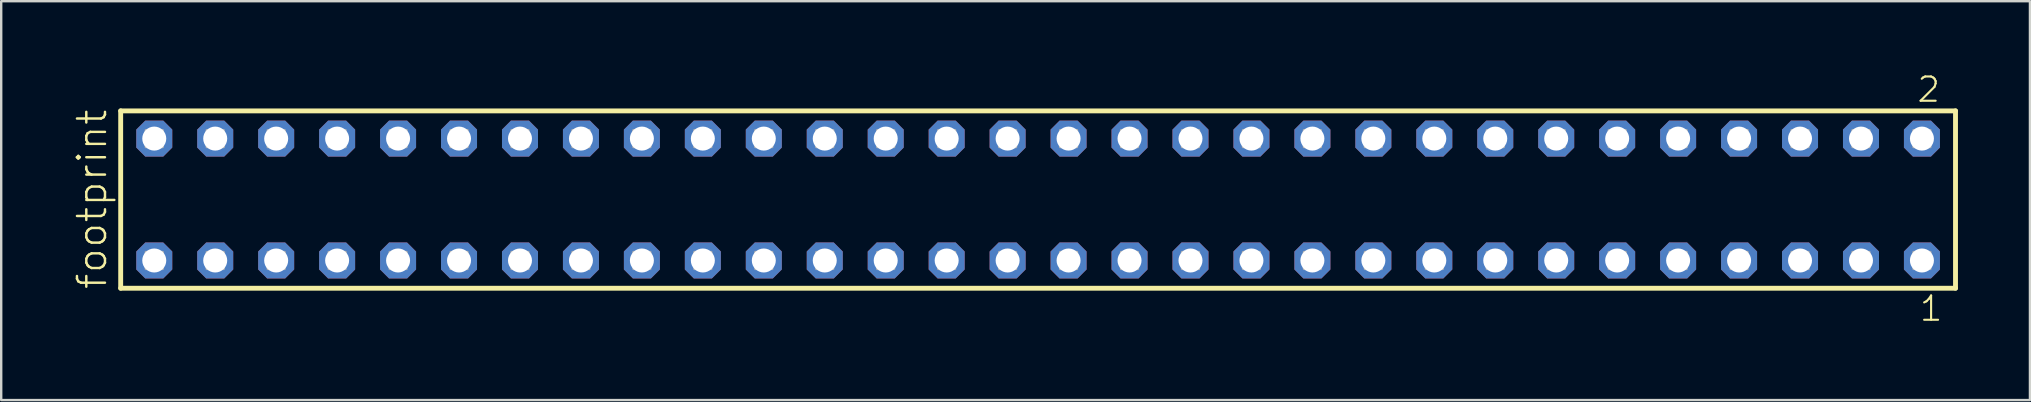
<source format=kicad_pcb>
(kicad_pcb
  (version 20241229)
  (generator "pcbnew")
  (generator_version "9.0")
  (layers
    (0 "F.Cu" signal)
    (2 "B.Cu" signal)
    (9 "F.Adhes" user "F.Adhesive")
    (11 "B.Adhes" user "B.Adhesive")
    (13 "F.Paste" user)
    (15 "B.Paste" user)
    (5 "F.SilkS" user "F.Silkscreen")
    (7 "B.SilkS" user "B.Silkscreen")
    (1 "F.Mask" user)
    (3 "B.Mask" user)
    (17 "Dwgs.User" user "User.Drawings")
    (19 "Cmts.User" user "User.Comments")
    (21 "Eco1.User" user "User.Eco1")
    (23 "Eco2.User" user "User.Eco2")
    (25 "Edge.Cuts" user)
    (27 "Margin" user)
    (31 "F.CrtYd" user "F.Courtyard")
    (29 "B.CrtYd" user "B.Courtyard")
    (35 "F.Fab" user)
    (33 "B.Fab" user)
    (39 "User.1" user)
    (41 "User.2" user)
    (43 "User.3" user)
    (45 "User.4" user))
  (footprint "footprint"
    (layer "F.Cu")
    (at 40.208 5.265)
    (property "Reference" "footprint" (at -38.735 3.81 90) (layer "F.SilkS") (effects (font (size 1.168 1.168) (thickness 0.102)) (justify left bottom)))
    (fp_line (start -38.229 -3.695) (end 38.229 -3.695) (stroke (width 0.203) (type solid)) (layer "F.SilkS"))
    (fp_line (start -38.229 3.695) (end -38.229 -3.695) (stroke (width 0.203) (type solid)) (layer "F.SilkS"))
    (fp_line (start 38.229 -3.695) (end 38.229 3.695) (stroke (width 0.203) (type solid)) (layer "F.SilkS"))
    (fp_line (start 38.229 3.695) (end -38.229 3.695) (stroke (width 0.203) (type solid)) (layer "F.SilkS"))
    (fp_poly (pts (xy -37.18 -2.19) (xy -36.48 -2.19) (xy -36.48 -2.89) (xy -37.18 -2.89)) (stroke (width 0.1) (type solid)) (fill no) (layer "F.Fab"))
    (fp_poly (pts (xy -37.18 2.89) (xy -36.48 2.89) (xy -36.48 2.19) (xy -37.18 2.19)) (stroke (width 0.1) (type solid)) (fill no) (layer "F.Fab"))
    (fp_poly (pts (xy -34.64 -2.19) (xy -33.94 -2.19) (xy -33.94 -2.89) (xy -34.64 -2.89)) (stroke (width 0.1) (type solid)) (fill no) (layer "F.Fab"))
    (fp_poly (pts (xy -34.64 2.89) (xy -33.94 2.89) (xy -33.94 2.19) (xy -34.64 2.19)) (stroke (width 0.1) (type solid)) (fill no) (layer "F.Fab"))
    (fp_poly (pts (xy -32.1 -2.19) (xy -31.4 -2.19) (xy -31.4 -2.89) (xy -32.1 -2.89)) (stroke (width 0.1) (type solid)) (fill no) (layer "F.Fab"))
    (fp_poly (pts (xy -32.1 2.89) (xy -31.4 2.89) (xy -31.4 2.19) (xy -32.1 2.19)) (stroke (width 0.1) (type solid)) (fill no) (layer "F.Fab"))
    (fp_poly (pts (xy -29.56 -2.19) (xy -28.86 -2.19) (xy -28.86 -2.89) (xy -29.56 -2.89)) (stroke (width 0.1) (type solid)) (fill no) (layer "F.Fab"))
    (fp_poly (pts (xy -29.56 2.89) (xy -28.86 2.89) (xy -28.86 2.19) (xy -29.56 2.19)) (stroke (width 0.1) (type solid)) (fill no) (layer "F.Fab"))
    (fp_poly (pts (xy -27.02 -2.19) (xy -26.32 -2.19) (xy -26.32 -2.89) (xy -27.02 -2.89)) (stroke (width 0.1) (type solid)) (fill no) (layer "F.Fab"))
    (fp_poly (pts (xy -27.02 2.89) (xy -26.32 2.89) (xy -26.32 2.19) (xy -27.02 2.19)) (stroke (width 0.1) (type solid)) (fill no) (layer "F.Fab"))
    (fp_poly (pts (xy -24.48 -2.19) (xy -23.78 -2.19) (xy -23.78 -2.89) (xy -24.48 -2.89)) (stroke (width 0.1) (type solid)) (fill no) (layer "F.Fab"))
    (fp_poly (pts (xy -24.48 2.89) (xy -23.78 2.89) (xy -23.78 2.19) (xy -24.48 2.19)) (stroke (width 0.1) (type solid)) (fill no) (layer "F.Fab"))
    (fp_poly (pts (xy -21.94 -2.19) (xy -21.24 -2.19) (xy -21.24 -2.89) (xy -21.94 -2.89)) (stroke (width 0.1) (type solid)) (fill no) (layer "F.Fab"))
    (fp_poly (pts (xy -21.94 2.89) (xy -21.24 2.89) (xy -21.24 2.19) (xy -21.94 2.19)) (stroke (width 0.1) (type solid)) (fill no) (layer "F.Fab"))
    (fp_poly (pts (xy -19.4 -2.19) (xy -18.7 -2.19) (xy -18.7 -2.89) (xy -19.4 -2.89)) (stroke (width 0.1) (type solid)) (fill no) (layer "F.Fab"))
    (fp_poly (pts (xy -19.4 2.89) (xy -18.7 2.89) (xy -18.7 2.19) (xy -19.4 2.19)) (stroke (width 0.1) (type solid)) (fill no) (layer "F.Fab"))
    (fp_poly (pts (xy -16.86 -2.19) (xy -16.16 -2.19) (xy -16.16 -2.89) (xy -16.86 -2.89)) (stroke (width 0.1) (type solid)) (fill no) (layer "F.Fab"))
    (fp_poly (pts (xy -16.86 2.89) (xy -16.16 2.89) (xy -16.16 2.19) (xy -16.86 2.19)) (stroke (width 0.1) (type solid)) (fill no) (layer "F.Fab"))
    (fp_poly (pts (xy -14.32 -2.19) (xy -13.62 -2.19) (xy -13.62 -2.89) (xy -14.32 -2.89)) (stroke (width 0.1) (type solid)) (fill no) (layer "F.Fab"))
    (fp_poly (pts (xy -14.32 2.89) (xy -13.62 2.89) (xy -13.62 2.19) (xy -14.32 2.19)) (stroke (width 0.1) (type solid)) (fill no) (layer "F.Fab"))
    (fp_poly (pts (xy -11.78 -2.19) (xy -11.08 -2.19) (xy -11.08 -2.89) (xy -11.78 -2.89)) (stroke (width 0.1) (type solid)) (fill no) (layer "F.Fab"))
    (fp_poly (pts (xy -11.78 2.89) (xy -11.08 2.89) (xy -11.08 2.19) (xy -11.78 2.19)) (stroke (width 0.1) (type solid)) (fill no) (layer "F.Fab"))
    (fp_poly (pts (xy -9.24 -2.19) (xy -8.54 -2.19) (xy -8.54 -2.89) (xy -9.24 -2.89)) (stroke (width 0.1) (type solid)) (fill no) (layer "F.Fab"))
    (fp_poly (pts (xy -9.24 2.89) (xy -8.54 2.89) (xy -8.54 2.19) (xy -9.24 2.19)) (stroke (width 0.1) (type solid)) (fill no) (layer "F.Fab"))
    (fp_poly (pts (xy -6.7 -2.19) (xy -6 -2.19) (xy -6 -2.89) (xy -6.7 -2.89)) (stroke (width 0.1) (type solid)) (fill no) (layer "F.Fab"))
    (fp_poly (pts (xy -6.7 2.89) (xy -6 2.89) (xy -6 2.19) (xy -6.7 2.19)) (stroke (width 0.1) (type solid)) (fill no) (layer "F.Fab"))
    (fp_poly (pts (xy -4.16 -2.19) (xy -3.46 -2.19) (xy -3.46 -2.89) (xy -4.16 -2.89)) (stroke (width 0.1) (type solid)) (fill no) (layer "F.Fab"))
    (fp_poly (pts (xy -4.16 2.89) (xy -3.46 2.89) (xy -3.46 2.19) (xy -4.16 2.19)) (stroke (width 0.1) (type solid)) (fill no) (layer "F.Fab"))
    (fp_poly (pts (xy -1.62 -2.19) (xy -0.92 -2.19) (xy -0.92 -2.89) (xy -1.62 -2.89)) (stroke (width 0.1) (type solid)) (fill no) (layer "F.Fab"))
    (fp_poly (pts (xy -1.62 2.89) (xy -0.92 2.89) (xy -0.92 2.19) (xy -1.62 2.19)) (stroke (width 0.1) (type solid)) (fill no) (layer "F.Fab"))
    (fp_poly (pts (xy 0.92 -2.19) (xy 1.62 -2.19) (xy 1.62 -2.89) (xy 0.92 -2.89)) (stroke (width 0.1) (type solid)) (fill no) (layer "F.Fab"))
    (fp_poly (pts (xy 0.92 2.89) (xy 1.62 2.89) (xy 1.62 2.19) (xy 0.92 2.19)) (stroke (width 0.1) (type solid)) (fill no) (layer "F.Fab"))
    (fp_poly (pts (xy 3.46 -2.19) (xy 4.16 -2.19) (xy 4.16 -2.89) (xy 3.46 -2.89)) (stroke (width 0.1) (type solid)) (fill no) (layer "F.Fab"))
    (fp_poly (pts (xy 3.46 2.89) (xy 4.16 2.89) (xy 4.16 2.19) (xy 3.46 2.19)) (stroke (width 0.1) (type solid)) (fill no) (layer "F.Fab"))
    (fp_poly (pts (xy 6 -2.19) (xy 6.7 -2.19) (xy 6.7 -2.89) (xy 6 -2.89)) (stroke (width 0.1) (type solid)) (fill no) (layer "F.Fab"))
    (fp_poly (pts (xy 6 2.89) (xy 6.7 2.89) (xy 6.7 2.19) (xy 6 2.19)) (stroke (width 0.1) (type solid)) (fill no) (layer "F.Fab"))
    (fp_poly (pts (xy 8.54 -2.19) (xy 9.24 -2.19) (xy 9.24 -2.89) (xy 8.54 -2.89)) (stroke (width 0.1) (type solid)) (fill no) (layer "F.Fab"))
    (fp_poly (pts (xy 8.54 2.89) (xy 9.24 2.89) (xy 9.24 2.19) (xy 8.54 2.19)) (stroke (width 0.1) (type solid)) (fill no) (layer "F.Fab"))
    (fp_poly (pts (xy 11.08 -2.19) (xy 11.78 -2.19) (xy 11.78 -2.89) (xy 11.08 -2.89)) (stroke (width 0.1) (type solid)) (fill no) (layer "F.Fab"))
    (fp_poly (pts (xy 11.08 2.89) (xy 11.78 2.89) (xy 11.78 2.19) (xy 11.08 2.19)) (stroke (width 0.1) (type solid)) (fill no) (layer "F.Fab"))
    (fp_poly (pts (xy 13.62 -2.19) (xy 14.32 -2.19) (xy 14.32 -2.89) (xy 13.62 -2.89)) (stroke (width 0.1) (type solid)) (fill no) (layer "F.Fab"))
    (fp_poly (pts (xy 13.62 2.89) (xy 14.32 2.89) (xy 14.32 2.19) (xy 13.62 2.19)) (stroke (width 0.1) (type solid)) (fill no) (layer "F.Fab"))
    (fp_poly (pts (xy 16.16 -2.19) (xy 16.86 -2.19) (xy 16.86 -2.89) (xy 16.16 -2.89)) (stroke (width 0.1) (type solid)) (fill no) (layer "F.Fab"))
    (fp_poly (pts (xy 16.16 2.89) (xy 16.86 2.89) (xy 16.86 2.19) (xy 16.16 2.19)) (stroke (width 0.1) (type solid)) (fill no) (layer "F.Fab"))
    (fp_poly (pts (xy 18.7 -2.19) (xy 19.4 -2.19) (xy 19.4 -2.89) (xy 18.7 -2.89)) (stroke (width 0.1) (type solid)) (fill no) (layer "F.Fab"))
    (fp_poly (pts (xy 18.7 2.89) (xy 19.4 2.89) (xy 19.4 2.19) (xy 18.7 2.19)) (stroke (width 0.1) (type solid)) (fill no) (layer "F.Fab"))
    (fp_poly (pts (xy 21.24 -2.19) (xy 21.94 -2.19) (xy 21.94 -2.89) (xy 21.24 -2.89)) (stroke (width 0.1) (type solid)) (fill no) (layer "F.Fab"))
    (fp_poly (pts (xy 21.24 2.89) (xy 21.94 2.89) (xy 21.94 2.19) (xy 21.24 2.19)) (stroke (width 0.1) (type solid)) (fill no) (layer "F.Fab"))
    (fp_poly (pts (xy 23.78 -2.19) (xy 24.48 -2.19) (xy 24.48 -2.89) (xy 23.78 -2.89)) (stroke (width 0.1) (type solid)) (fill no) (layer "F.Fab"))
    (fp_poly (pts (xy 23.78 2.89) (xy 24.48 2.89) (xy 24.48 2.19) (xy 23.78 2.19)) (stroke (width 0.1) (type solid)) (fill no) (layer "F.Fab"))
    (fp_poly (pts (xy 26.32 -2.19) (xy 27.02 -2.19) (xy 27.02 -2.89) (xy 26.32 -2.89)) (stroke (width 0.1) (type solid)) (fill no) (layer "F.Fab"))
    (fp_poly (pts (xy 26.32 2.89) (xy 27.02 2.89) (xy 27.02 2.19) (xy 26.32 2.19)) (stroke (width 0.1) (type solid)) (fill no) (layer "F.Fab"))
    (fp_poly (pts (xy 28.86 -2.19) (xy 29.56 -2.19) (xy 29.56 -2.89) (xy 28.86 -2.89)) (stroke (width 0.1) (type solid)) (fill no) (layer "F.Fab"))
    (fp_poly (pts (xy 28.86 2.89) (xy 29.56 2.89) (xy 29.56 2.19) (xy 28.86 2.19)) (stroke (width 0.1) (type solid)) (fill no) (layer "F.Fab"))
    (fp_poly (pts (xy 31.4 -2.19) (xy 32.1 -2.19) (xy 32.1 -2.89) (xy 31.4 -2.89)) (stroke (width 0.1) (type solid)) (fill no) (layer "F.Fab"))
    (fp_poly (pts (xy 31.4 2.89) (xy 32.1 2.89) (xy 32.1 2.19) (xy 31.4 2.19)) (stroke (width 0.1) (type solid)) (fill no) (layer "F.Fab"))
    (fp_poly (pts (xy 33.94 -2.19) (xy 34.64 -2.19) (xy 34.64 -2.89) (xy 33.94 -2.89)) (stroke (width 0.1) (type solid)) (fill no) (layer "F.Fab"))
    (fp_poly (pts (xy 33.94 2.89) (xy 34.64 2.89) (xy 34.64 2.19) (xy 33.94 2.19)) (stroke (width 0.1) (type solid)) (fill no) (layer "F.Fab"))
    (fp_poly (pts (xy 36.48 -2.19) (xy 37.18 -2.19) (xy 37.18 -2.89) (xy 36.48 -2.89)) (stroke (width 0.1) (type solid)) (fill no) (layer "F.Fab"))
    (fp_poly (pts (xy 36.48 2.89) (xy 37.18 2.89) (xy 37.18 2.19) (xy 36.48 2.19)) (stroke (width 0.1) (type solid)) (fill no) (layer "F.Fab"))
    (fp_text user "1" (at 36.672 5.138 0) (layer "F.SilkS") (effects (font (size 1.012 1.012) (thickness 0.088)) (justify left bottom)))
    (fp_text user "2" (at 36.572 -3.989 0) (layer "F.SilkS") (effects (font (size 1.012 1.012) (thickness 0.088)) (justify left bottom)))
    (pad "1" thru_hole roundrect (at 36.83 2.54 180) (size 1.5 1.5) (drill 1) (layers "*.Cu" "*.Mask") (roundrect_rratio 0.25) (chamfer_ratio 0.25) (chamfer top_left top_right bottom_left bottom_right))
    (pad "2" thru_hole roundrect (at 36.83 -2.54 180) (size 1.5 1.5) (drill 1) (layers "*.Cu" "*.Mask") (roundrect_rratio 0.25) (chamfer_ratio 0.25) (chamfer top_left top_right bottom_left bottom_right))
    (pad "3" thru_hole roundrect (at 34.29 2.54 180) (size 1.5 1.5) (drill 1) (layers "*.Cu" "*.Mask") (roundrect_rratio 0.25) (chamfer_ratio 0.25) (chamfer top_left top_right bottom_left bottom_right))
    (pad "4" thru_hole roundrect (at 34.29 -2.54 180) (size 1.5 1.5) (drill 1) (layers "*.Cu" "*.Mask") (roundrect_rratio 0.25) (chamfer_ratio 0.25) (chamfer top_left top_right bottom_left bottom_right))
    (pad "5" thru_hole roundrect (at 31.75 2.54 180) (size 1.5 1.5) (drill 1) (layers "*.Cu" "*.Mask") (roundrect_rratio 0.25) (chamfer_ratio 0.25) (chamfer top_left top_right bottom_left bottom_right))
    (pad "6" thru_hole roundrect (at 31.75 -2.54 180) (size 1.5 1.5) (drill 1) (layers "*.Cu" "*.Mask") (roundrect_rratio 0.25) (chamfer_ratio 0.25) (chamfer top_left top_right bottom_left bottom_right))
    (pad "7" thru_hole roundrect (at 29.21 2.54 180) (size 1.5 1.5) (drill 1) (layers "*.Cu" "*.Mask") (roundrect_rratio 0.25) (chamfer_ratio 0.25) (chamfer top_left top_right bottom_left bottom_right))
    (pad "8" thru_hole roundrect (at 29.21 -2.54 180) (size 1.5 1.5) (drill 1) (layers "*.Cu" "*.Mask") (roundrect_rratio 0.25) (chamfer_ratio 0.25) (chamfer top_left top_right bottom_left bottom_right))
    (pad "9" thru_hole roundrect (at 26.67 2.54 180) (size 1.5 1.5) (drill 1) (layers "*.Cu" "*.Mask") (roundrect_rratio 0.25) (chamfer_ratio 0.25) (chamfer top_left top_right bottom_left bottom_right))
    (pad "10" thru_hole roundrect (at 26.67 -2.54 180) (size 1.5 1.5) (drill 1) (layers "*.Cu" "*.Mask") (roundrect_rratio 0.25) (chamfer_ratio 0.25) (chamfer top_left top_right bottom_left bottom_right))
    (pad "11" thru_hole roundrect (at 24.13 2.54 180) (size 1.5 1.5) (drill 1) (layers "*.Cu" "*.Mask") (roundrect_rratio 0.25) (chamfer_ratio 0.25) (chamfer top_left top_right bottom_left bottom_right))
    (pad "12" thru_hole roundrect (at 24.13 -2.54 180) (size 1.5 1.5) (drill 1) (layers "*.Cu" "*.Mask") (roundrect_rratio 0.25) (chamfer_ratio 0.25) (chamfer top_left top_right bottom_left bottom_right))
    (pad "13" thru_hole roundrect (at 21.59 2.54 180) (size 1.5 1.5) (drill 1) (layers "*.Cu" "*.Mask") (roundrect_rratio 0.25) (chamfer_ratio 0.25) (chamfer top_left top_right bottom_left bottom_right))
    (pad "14" thru_hole roundrect (at 21.59 -2.54 180) (size 1.5 1.5) (drill 1) (layers "*.Cu" "*.Mask") (roundrect_rratio 0.25) (chamfer_ratio 0.25) (chamfer top_left top_right bottom_left bottom_right))
    (pad "15" thru_hole roundrect (at 19.05 2.54 180) (size 1.5 1.5) (drill 1) (layers "*.Cu" "*.Mask") (roundrect_rratio 0.25) (chamfer_ratio 0.25) (chamfer top_left top_right bottom_left bottom_right))
    (pad "16" thru_hole roundrect (at 19.05 -2.54 180) (size 1.5 1.5) (drill 1) (layers "*.Cu" "*.Mask") (roundrect_rratio 0.25) (chamfer_ratio 0.25) (chamfer top_left top_right bottom_left bottom_right))
    (pad "17" thru_hole roundrect (at 16.51 2.54 180) (size 1.5 1.5) (drill 1) (layers "*.Cu" "*.Mask") (roundrect_rratio 0.25) (chamfer_ratio 0.25) (chamfer top_left top_right bottom_left bottom_right))
    (pad "18" thru_hole roundrect (at 16.51 -2.54 180) (size 1.5 1.5) (drill 1) (layers "*.Cu" "*.Mask") (roundrect_rratio 0.25) (chamfer_ratio 0.25) (chamfer top_left top_right bottom_left bottom_right))
    (pad "19" thru_hole roundrect (at 13.97 2.54 180) (size 1.5 1.5) (drill 1) (layers "*.Cu" "*.Mask") (roundrect_rratio 0.25) (chamfer_ratio 0.25) (chamfer top_left top_right bottom_left bottom_right))
    (pad "20" thru_hole roundrect (at 13.97 -2.54 180) (size 1.5 1.5) (drill 1) (layers "*.Cu" "*.Mask") (roundrect_rratio 0.25) (chamfer_ratio 0.25) (chamfer top_left top_right bottom_left bottom_right))
    (pad "21" thru_hole roundrect (at 11.43 2.54 180) (size 1.5 1.5) (drill 1) (layers "*.Cu" "*.Mask") (roundrect_rratio 0.25) (chamfer_ratio 0.25) (chamfer top_left top_right bottom_left bottom_right))
    (pad "22" thru_hole roundrect (at 11.43 -2.54 180) (size 1.5 1.5) (drill 1) (layers "*.Cu" "*.Mask") (roundrect_rratio 0.25) (chamfer_ratio 0.25) (chamfer top_left top_right bottom_left bottom_right))
    (pad "23" thru_hole roundrect (at 8.89 2.54 180) (size 1.5 1.5) (drill 1) (layers "*.Cu" "*.Mask") (roundrect_rratio 0.25) (chamfer_ratio 0.25) (chamfer top_left top_right bottom_left bottom_right))
    (pad "24" thru_hole roundrect (at 8.89 -2.54 180) (size 1.5 1.5) (drill 1) (layers "*.Cu" "*.Mask") (roundrect_rratio 0.25) (chamfer_ratio 0.25) (chamfer top_left top_right bottom_left bottom_right))
    (pad "25" thru_hole roundrect (at 6.35 2.54 180) (size 1.5 1.5) (drill 1) (layers "*.Cu" "*.Mask") (roundrect_rratio 0.25) (chamfer_ratio 0.25) (chamfer top_left top_right bottom_left bottom_right))
    (pad "26" thru_hole roundrect (at 6.35 -2.54 180) (size 1.5 1.5) (drill 1) (layers "*.Cu" "*.Mask") (roundrect_rratio 0.25) (chamfer_ratio 0.25) (chamfer top_left top_right bottom_left bottom_right))
    (pad "27" thru_hole roundrect (at 3.81 2.54 180) (size 1.5 1.5) (drill 1) (layers "*.Cu" "*.Mask") (roundrect_rratio 0.25) (chamfer_ratio 0.25) (chamfer top_left top_right bottom_left bottom_right))
    (pad "28" thru_hole roundrect (at 3.81 -2.54 180) (size 1.5 1.5) (drill 1) (layers "*.Cu" "*.Mask") (roundrect_rratio 0.25) (chamfer_ratio 0.25) (chamfer top_left top_right bottom_left bottom_right))
    (pad "29" thru_hole roundrect (at 1.27 2.54 180) (size 1.5 1.5) (drill 1) (layers "*.Cu" "*.Mask") (roundrect_rratio 0.25) (chamfer_ratio 0.25) (chamfer top_left top_right bottom_left bottom_right))
    (pad "30" thru_hole roundrect (at 1.27 -2.54 180) (size 1.5 1.5) (drill 1) (layers "*.Cu" "*.Mask") (roundrect_rratio 0.25) (chamfer_ratio 0.25) (chamfer top_left top_right bottom_left bottom_right))
    (pad "31" thru_hole roundrect (at -1.27 2.54 180) (size 1.5 1.5) (drill 1) (layers "*.Cu" "*.Mask") (roundrect_rratio 0.25) (chamfer_ratio 0.25) (chamfer top_left top_right bottom_left bottom_right))
    (pad "32" thru_hole roundrect (at -1.27 -2.54 180) (size 1.5 1.5) (drill 1) (layers "*.Cu" "*.Mask") (roundrect_rratio 0.25) (chamfer_ratio 0.25) (chamfer top_left top_right bottom_left bottom_right))
    (pad "33" thru_hole roundrect (at -3.81 2.54 180) (size 1.5 1.5) (drill 1) (layers "*.Cu" "*.Mask") (roundrect_rratio 0.25) (chamfer_ratio 0.25) (chamfer top_left top_right bottom_left bottom_right))
    (pad "34" thru_hole roundrect (at -3.81 -2.54 180) (size 1.5 1.5) (drill 1) (layers "*.Cu" "*.Mask") (roundrect_rratio 0.25) (chamfer_ratio 0.25) (chamfer top_left top_right bottom_left bottom_right))
    (pad "35" thru_hole roundrect (at -6.35 2.54 180) (size 1.5 1.5) (drill 1) (layers "*.Cu" "*.Mask") (roundrect_rratio 0.25) (chamfer_ratio 0.25) (chamfer top_left top_right bottom_left bottom_right))
    (pad "36" thru_hole roundrect (at -6.35 -2.54 180) (size 1.5 1.5) (drill 1) (layers "*.Cu" "*.Mask") (roundrect_rratio 0.25) (chamfer_ratio 0.25) (chamfer top_left top_right bottom_left bottom_right))
    (pad "37" thru_hole roundrect (at -8.89 2.54 180) (size 1.5 1.5) (drill 1) (layers "*.Cu" "*.Mask") (roundrect_rratio 0.25) (chamfer_ratio 0.25) (chamfer top_left top_right bottom_left bottom_right))
    (pad "38" thru_hole roundrect (at -8.89 -2.54 180) (size 1.5 1.5) (drill 1) (layers "*.Cu" "*.Mask") (roundrect_rratio 0.25) (chamfer_ratio 0.25) (chamfer top_left top_right bottom_left bottom_right))
    (pad "39" thru_hole roundrect (at -11.43 2.54 180) (size 1.5 1.5) (drill 1) (layers "*.Cu" "*.Mask") (roundrect_rratio 0.25) (chamfer_ratio 0.25) (chamfer top_left top_right bottom_left bottom_right))
    (pad "40" thru_hole roundrect (at -11.43 -2.54 180) (size 1.5 1.5) (drill 1) (layers "*.Cu" "*.Mask") (roundrect_rratio 0.25) (chamfer_ratio 0.25) (chamfer top_left top_right bottom_left bottom_right))
    (pad "41" thru_hole roundrect (at -13.97 2.54 180) (size 1.5 1.5) (drill 1) (layers "*.Cu" "*.Mask") (roundrect_rratio 0.25) (chamfer_ratio 0.25) (chamfer top_left top_right bottom_left bottom_right))
    (pad "42" thru_hole roundrect (at -13.97 -2.54 180) (size 1.5 1.5) (drill 1) (layers "*.Cu" "*.Mask") (roundrect_rratio 0.25) (chamfer_ratio 0.25) (chamfer top_left top_right bottom_left bottom_right))
    (pad "43" thru_hole roundrect (at -16.51 2.54 180) (size 1.5 1.5) (drill 1) (layers "*.Cu" "*.Mask") (roundrect_rratio 0.25) (chamfer_ratio 0.25) (chamfer top_left top_right bottom_left bottom_right))
    (pad "44" thru_hole roundrect (at -16.51 -2.54 180) (size 1.5 1.5) (drill 1) (layers "*.Cu" "*.Mask") (roundrect_rratio 0.25) (chamfer_ratio 0.25) (chamfer top_left top_right bottom_left bottom_right))
    (pad "45" thru_hole roundrect (at -19.05 2.54 180) (size 1.5 1.5) (drill 1) (layers "*.Cu" "*.Mask") (roundrect_rratio 0.25) (chamfer_ratio 0.25) (chamfer top_left top_right bottom_left bottom_right))
    (pad "46" thru_hole roundrect (at -19.05 -2.54 180) (size 1.5 1.5) (drill 1) (layers "*.Cu" "*.Mask") (roundrect_rratio 0.25) (chamfer_ratio 0.25) (chamfer top_left top_right bottom_left bottom_right))
    (pad "47" thru_hole roundrect (at -21.59 2.54 180) (size 1.5 1.5) (drill 1) (layers "*.Cu" "*.Mask") (roundrect_rratio 0.25) (chamfer_ratio 0.25) (chamfer top_left top_right bottom_left bottom_right))
    (pad "48" thru_hole roundrect (at -21.59 -2.54 180) (size 1.5 1.5) (drill 1) (layers "*.Cu" "*.Mask") (roundrect_rratio 0.25) (chamfer_ratio 0.25) (chamfer top_left top_right bottom_left bottom_right))
    (pad "49" thru_hole roundrect (at -24.13 2.54 180) (size 1.5 1.5) (drill 1) (layers "*.Cu" "*.Mask") (roundrect_rratio 0.25) (chamfer_ratio 0.25) (chamfer top_left top_right bottom_left bottom_right))
    (pad "50" thru_hole roundrect (at -24.13 -2.54 180) (size 1.5 1.5) (drill 1) (layers "*.Cu" "*.Mask") (roundrect_rratio 0.25) (chamfer_ratio 0.25) (chamfer top_left top_right bottom_left bottom_right))
    (pad "51" thru_hole roundrect (at -26.67 2.54 180) (size 1.5 1.5) (drill 1) (layers "*.Cu" "*.Mask") (roundrect_rratio 0.25) (chamfer_ratio 0.25) (chamfer top_left top_right bottom_left bottom_right))
    (pad "52" thru_hole roundrect (at -26.67 -2.54 180) (size 1.5 1.5) (drill 1) (layers "*.Cu" "*.Mask") (roundrect_rratio 0.25) (chamfer_ratio 0.25) (chamfer top_left top_right bottom_left bottom_right))
    (pad "53" thru_hole roundrect (at -29.21 2.54 180) (size 1.5 1.5) (drill 1) (layers "*.Cu" "*.Mask") (roundrect_rratio 0.25) (chamfer_ratio 0.25) (chamfer top_left top_right bottom_left bottom_right))
    (pad "54" thru_hole roundrect (at -29.21 -2.54 180) (size 1.5 1.5) (drill 1) (layers "*.Cu" "*.Mask") (roundrect_rratio 0.25) (chamfer_ratio 0.25) (chamfer top_left top_right bottom_left bottom_right))
    (pad "55" thru_hole roundrect (at -31.75 2.54 180) (size 1.5 1.5) (drill 1) (layers "*.Cu" "*.Mask") (roundrect_rratio 0.25) (chamfer_ratio 0.25) (chamfer top_left top_right bottom_left bottom_right))
    (pad "56" thru_hole roundrect (at -31.75 -2.54 180) (size 1.5 1.5) (drill 1) (layers "*.Cu" "*.Mask") (roundrect_rratio 0.25) (chamfer_ratio 0.25) (chamfer top_left top_right bottom_left bottom_right))
    (pad "57" thru_hole roundrect (at -34.29 2.54 180) (size 1.5 1.5) (drill 1) (layers "*.Cu" "*.Mask") (roundrect_rratio 0.25) (chamfer_ratio 0.25) (chamfer top_left top_right bottom_left bottom_right))
    (pad "58" thru_hole roundrect (at -34.29 -2.54 180) (size 1.5 1.5) (drill 1) (layers "*.Cu" "*.Mask") (roundrect_rratio 0.25) (chamfer_ratio 0.25) (chamfer top_left top_right bottom_left bottom_right))
    (pad "59" thru_hole roundrect (at -36.83 2.54 180) (size 1.5 1.5) (drill 1) (layers "*.Cu" "*.Mask") (roundrect_rratio 0.25) (chamfer_ratio 0.25) (chamfer top_left top_right bottom_left bottom_right))
    (pad "60" thru_hole roundrect (at -36.83 -2.54 180) (size 1.5 1.5) (drill 1) (layers "*.Cu" "*.Mask") (roundrect_rratio 0.25) (chamfer_ratio 0.25) (chamfer top_left top_right bottom_left bottom_right)))
  (gr_rect
    (start -3 -3)
    (end 81.539 13.62)
    (stroke (width 0.1) (type default))
    (fill no)
    (layer "Edge.Cuts")))
</source>
